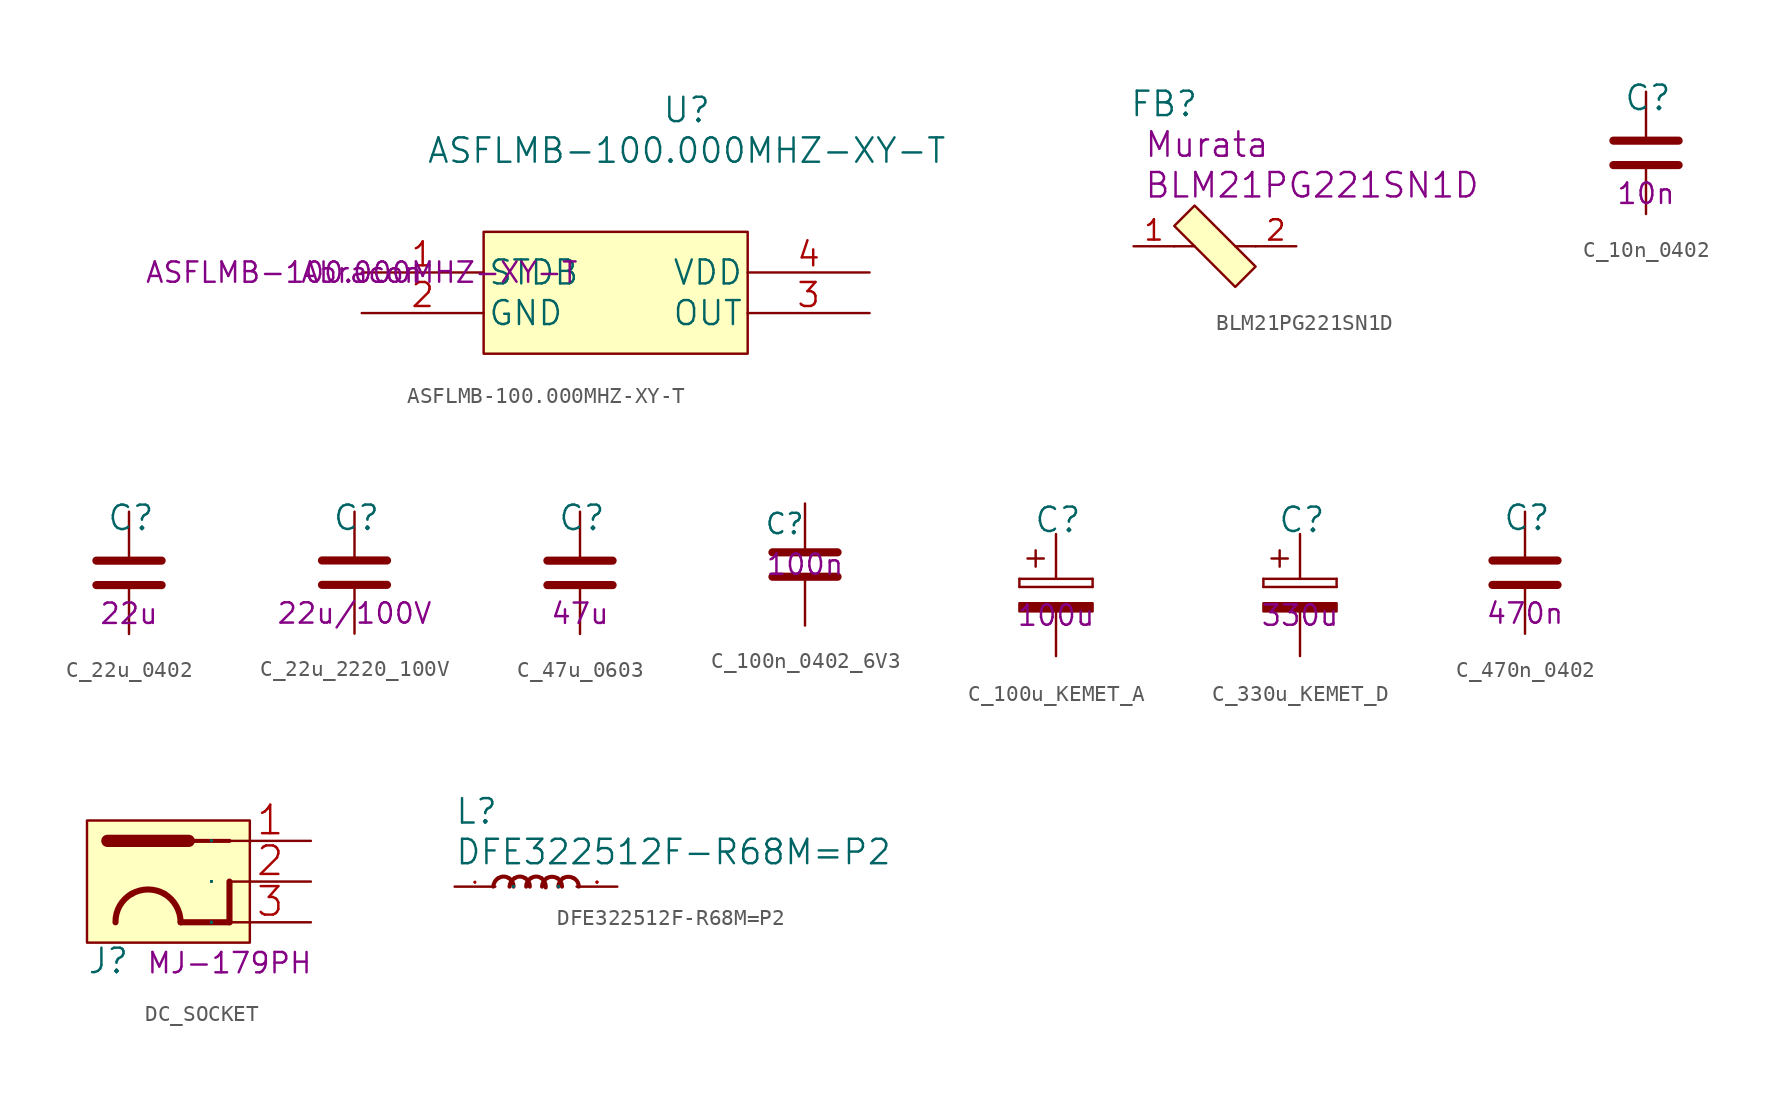
<source format=kicad_sym>
(kicad_symbol_lib
  (version 20211014)
  (generator kicad_symbol_editor)
  (symbol "ASFLMB-100.000MHZ-XY-T"
    (pin_names
      (offset 0.254))
    (property "Reference" "U"
      (at 20.32 10.16 0)
      (effects (font (size 1.524 1.524))))
    (property "Value" "ASFLMB-100.000MHZ-XY-T"
      (at 20.32 7.62 0)
      (effects (font (size 1.524 1.524))))
    (property "Datasheet" ""
      (at 0 0 0)
      (effects (font (size 1.524 1.524))))
    (property "Manufacturer" "Abracon"
      (at 0 0 0)
      (effects (font (size 1.27 1.27))))
    (property "MPN" "ASFLMB-100.000MHZ-XY-T"
      (at 0 0 0)
      (effects (font (size 1.27 1.27))))
    (symbol "ASFLMB-100.000MHZ-XY-T_1_1"
      (rectangle (start 7.62 2.54) (end 24.13 -5.08) (stroke (width 0) (type default) (color 0 0 0 0)) (fill (type background)))
      (pin unspecified line (at 0 0 0) (length 7.62) (name "STDB" (effects (font (size 1.499 1.499)))) (number "1" (effects (font (size 1.499 1.499)))))
      (pin unspecified line (at 0 -2.54 0) (length 7.62) (name "GND" (effects (font (size 1.499 1.499)))) (number "2" (effects (font (size 1.499 1.499)))))
      (pin unspecified line (at 31.75 -2.54 180) (length 7.62) (name "OUT" (effects (font (size 1.499 1.499)))) (number "3" (effects (font (size 1.499 1.499)))))
      (pin unspecified line (at 31.75 0 180) (length 7.62) (name "VDD" (effects (font (size 1.499 1.499)))) (number "4" (effects (font (size 1.499 1.499)))))))
  (symbol "BLM21PG221SN1D"
    (pin_names
      (offset 1.016))
    (property "Reference" "FB"
      (at -3.175 8.89 0)
      (effects (font (size 1.524 1.524))))
    (property "MPN" "BLM21PG221SN1D"
      (at -4.445 3.81 0)
      (effects (font (size 1.524 1.524)) (justify left)))
    (property "Manufacturer" "Murata"
      (at -4.445 6.35 0)
      (effects (font (size 1.524 1.524)) (justify left)))
    (symbol "BLM21PG221SN1D_0_1"
      (polyline (pts (xy -1.27 0) (xy -2.54 0)) (stroke (width 0) (type default) (color 0 0 0 0)) (fill (type none)))
      (polyline (pts (xy 1.27 0) (xy 2.54 0)) (stroke (width 0) (type default) (color 0 0 0 0)) (fill (type none)))
      (polyline (pts (xy -1.27 2.54) (xy -2.54 1.27) (xy 1.27 -2.54) (xy 2.54 -1.27) (xy -1.27 2.54)) (stroke (width 0) (type default) (color 0 0 0 0)) (fill (type background))))
    (symbol "BLM21PG221SN1D_1_1"
      (pin passive line (at -5.08 0 0) (length 2.54) (name "~" (effects (font (size 1.27 1.27)))) (number "1" (effects (font (size 1.27 1.27)))))
      (pin passive line (at 5.08 0 180) (length 2.54) (name "~" (effects (font (size 1.27 1.27)))) (number "2" (effects (font (size 1.27 1.27)))))))
  (symbol "C_10n_0402"
    (pin_names
      (offset 0))
    (property "Reference" "C"
      (at -1.397 3.429 0)
      (effects (font (size 1.524 1.524)) (justify left)))
    (property "Val" "10n"
      (at 0 -2.54 0)
      (effects (font (size 1.27 1.27))))
    (symbol "C_10n_0402_1_1"
      (polyline (pts (xy -2.032 -0.762) (xy 2.032 -0.762)) (stroke (width 0.508) (type default) (color 0 0 0 0)) (fill (type none)))
      (polyline (pts (xy -2.032 0.762) (xy 2.032 0.762)) (stroke (width 0.508) (type default) (color 0 0 0 0)) (fill (type none)))
      (pin passive line (at 0 3.81 270) (length 2.794) (name "~" (effects (font (size 0 0)))) (number "1" (effects (font (size 0 0)))))
      (pin passive line (at 0 -3.81 90) (length 2.794) (name "~" (effects (font (size 0 0)))) (number "2" (effects (font (size 0 0)))))))
  (symbol "C_22u_0402"
    (pin_names
      (offset 0))
    (property "Reference" "C"
      (at -1.397 3.429 0)
      (effects (font (size 1.524 1.524)) (justify left)))
    (property "Val" "22u"
      (at 0 -2.54 0)
      (effects (font (size 1.27 1.27))))
    (symbol "C_22u_0402_1_1"
      (polyline (pts (xy -2.032 -0.762) (xy 2.032 -0.762)) (stroke (width 0.508) (type default) (color 0 0 0 0)) (fill (type none)))
      (polyline (pts (xy -2.032 0.762) (xy 2.032 0.762)) (stroke (width 0.508) (type default) (color 0 0 0 0)) (fill (type none)))
      (pin passive line (at 0 3.81 270) (length 2.794) (name "~" (effects (font (size 0 0)))) (number "1" (effects (font (size 0 0)))))
      (pin passive line (at 0 -3.81 90) (length 2.794) (name "~" (effects (font (size 0 0)))) (number "2" (effects (font (size 0 0)))))))
  (symbol "C_22u_2220_100V"
    (pin_names
      (offset 0))
    (property "Reference" "C"
      (at -1.397 3.429 0)
      (effects (font (size 1.524 1.524)) (justify left)))
    (property "Val" "22u/100V"
      (at 0 -2.54 0)
      (effects (font (size 1.27 1.27))))
    (symbol "C_22u_2220_100V_1_1"
      (polyline (pts (xy -2.032 -0.762) (xy 2.032 -0.762)) (stroke (width 0.508) (type default) (color 0 0 0 0)) (fill (type none)))
      (polyline (pts (xy -2.032 0.762) (xy 2.032 0.762)) (stroke (width 0.508) (type default) (color 0 0 0 0)) (fill (type none)))
      (pin passive line (at 0 3.81 270) (length 2.794) (name "~" (effects (font (size 0 0)))) (number "1" (effects (font (size 0 0)))))
      (pin passive line (at 0 -3.81 90) (length 2.794) (name "~" (effects (font (size 0 0)))) (number "2" (effects (font (size 0 0)))))))
  (symbol "C_47u_0603"
    (pin_names
      (offset 0))
    (property "Reference" "C"
      (at -1.397 3.429 0)
      (effects (font (size 1.524 1.524)) (justify left)))
    (property "Val" "47u"
      (at 0 -2.54 0)
      (effects (font (size 1.27 1.27))))
    (symbol "C_47u_0603_1_1"
      (polyline (pts (xy -2.032 -0.762) (xy 2.032 -0.762)) (stroke (width 0.508) (type default) (color 0 0 0 0)) (fill (type none)))
      (polyline (pts (xy -2.032 0.762) (xy 2.032 0.762)) (stroke (width 0.508) (type default) (color 0 0 0 0)) (fill (type none)))
      (pin passive line (at 0 3.81 270) (length 2.794) (name "~" (effects (font (size 0 0)))) (number "1" (effects (font (size 0 0)))))
      (pin passive line (at 0 -3.81 90) (length 2.794) (name "~" (effects (font (size 0 0)))) (number "2" (effects (font (size 0 0)))))))
  (symbol "C_100n_0402_6V3"
    (pin_names
      (offset 1.016))
    (property "Reference" "C"
      (at -1.27 2.54 0)
      (effects (font (size 1.27 1.27))))
    (property "Val" "100n"
      (at 0 0 0)
      (effects (font (size 1.27 1.27))))
    (symbol "C_100n_0402_6V3_1_1"
      (polyline (pts (xy -2.032 -0.762) (xy 2.032 -0.762)) (stroke (width 0.508) (type default) (color 0 0 0 0)) (fill (type none)))
      (polyline (pts (xy -2.032 0.762) (xy 2.032 0.762)) (stroke (width 0.508) (type default) (color 0 0 0 0)) (fill (type none)))
      (pin passive line (at 0 3.81 270) (length 2.794) (name "~" (effects (font (size 0 0)))) (number "1" (effects (font (size 0 0)))))
      (pin passive line (at 0 -3.81 90) (length 2.794) (name "~" (effects (font (size 0 0)))) (number "2" (effects (font (size 0 0)))))))
  (symbol "C_100u_KEMET_A"
    (pin_names
      (offset 0))
    (property "Reference" "C"
      (at -1.397 3.429 0)
      (effects (font (size 1.524 1.524)) (justify left)))
    (property "Val" "100u"
      (at 0 -2.54 0)
      (effects (font (size 1.27 1.27))))
    (symbol "C_100u_KEMET_A_1_1"
      (rectangle (start -2.286 -0.762) (end -2.286 -0.254) (stroke (width 0) (type default) (color 0 0 0 0)) (fill (type none)))
      (rectangle (start -2.286 -0.762) (end 2.286 -0.762) (stroke (width 0) (type default) (color 0 0 0 0)) (fill (type none)))
      (polyline (pts (xy -1.778 1.016) (xy -0.762 1.016)) (stroke (width 0) (type default) (color 0 0 0 0)) (fill (type none)))
      (polyline (pts (xy -1.27 1.524) (xy -1.27 0.508)) (stroke (width 0) (type default) (color 0 0 0 0)) (fill (type none)))
      (rectangle (start 2.286 -1.778) (end -2.286 -2.286) (stroke (width 0) (type default) (color 0 0 0 0)) (fill (type outline)))
      (rectangle (start 2.286 -0.254) (end -2.286 -0.254) (stroke (width 0) (type default) (color 0 0 0 0)) (fill (type none)))
      (rectangle (start 2.286 -0.254) (end 2.286 -0.762) (stroke (width 0) (type default) (color 0 0 0 0)) (fill (type none)))
      (pin passive line (at 0 2.54 270) (length 2.794) (name "~" (effects (font (size 0 0)))) (number "1" (effects (font (size 0 0)))))
      (pin passive line (at 0 -5.08 90) (length 2.794) (name "~" (effects (font (size 0 0)))) (number "2" (effects (font (size 0 0)))))))
  (symbol "C_330u_KEMET_D"
    (pin_names
      (offset 0))
    (property "Reference" "C"
      (at -1.397 3.429 0)
      (effects (font (size 1.524 1.524)) (justify left)))
    (property "Val" "330u"
      (at 0 -2.54 0)
      (effects (font (size 1.27 1.27))))
    (symbol "C_330u_KEMET_D_1_1"
      (rectangle (start -2.286 -0.762) (end -2.286 -0.254) (stroke (width 0) (type default) (color 0 0 0 0)) (fill (type none)))
      (rectangle (start -2.286 -0.762) (end 2.286 -0.762) (stroke (width 0) (type default) (color 0 0 0 0)) (fill (type none)))
      (polyline (pts (xy -1.778 1.016) (xy -0.762 1.016)) (stroke (width 0) (type default) (color 0 0 0 0)) (fill (type none)))
      (polyline (pts (xy -1.27 1.524) (xy -1.27 0.508)) (stroke (width 0) (type default) (color 0 0 0 0)) (fill (type none)))
      (rectangle (start 2.286 -1.778) (end -2.286 -2.286) (stroke (width 0) (type default) (color 0 0 0 0)) (fill (type outline)))
      (rectangle (start 2.286 -0.254) (end -2.286 -0.254) (stroke (width 0) (type default) (color 0 0 0 0)) (fill (type none)))
      (rectangle (start 2.286 -0.254) (end 2.286 -0.762) (stroke (width 0) (type default) (color 0 0 0 0)) (fill (type none)))
      (pin passive line (at 0 2.54 270) (length 2.794) (name "~" (effects (font (size 0 0)))) (number "1" (effects (font (size 0 0)))))
      (pin passive line (at 0 -5.08 90) (length 2.794) (name "~" (effects (font (size 0 0)))) (number "2" (effects (font (size 0 0)))))))
  (symbol "C_470n_0402"
    (pin_names
      (offset 0))
    (property "Reference" "C"
      (at -1.397 3.429 0)
      (effects (font (size 1.524 1.524)) (justify left)))
    (property "Val" "470n"
      (at 0 -2.54 0)
      (effects (font (size 1.27 1.27))))
    (symbol "C_470n_0402_1_1"
      (polyline (pts (xy -2.032 -0.762) (xy 2.032 -0.762)) (stroke (width 0.508) (type default) (color 0 0 0 0)) (fill (type none)))
      (polyline (pts (xy -2.032 0.762) (xy 2.032 0.762)) (stroke (width 0.508) (type default) (color 0 0 0 0)) (fill (type none)))
      (pin passive line (at 0 3.81 270) (length 2.794) (name "~" (effects (font (size 0 0)))) (number "1" (effects (font (size 0 0)))))
      (pin passive line (at 0 -3.81 90) (length 2.794) (name "~" (effects (font (size 0 0)))) (number "2" (effects (font (size 0 0)))))))
  (symbol "DC_SOCKET"
    (pin_names
      (offset 1.016))
    (property "Reference" "J"
      (at -8.89 -5.842 0)
      (effects (font (size 1.524 1.524)) (justify left bottom)))
    (property "MPN" "MJ-179PH"
      (at 0 -5.08 0)
      (effects (font (size 1.27 1.27))))
    (symbol "DC_SOCKET_0_1"
      (rectangle (start -8.89 3.81) (end 1.27 -3.81) (stroke (width 0) (type default) (color 0 0 0 0)) (fill (type background)))
      (polyline (pts (xy -7.62 2.54) (xy -2.54 2.54)) (stroke (width 0.762) (type default) (color 0 0 0 0)) (fill (type none)))
      (polyline (pts (xy 0 -2.54) (xy -3.048 -2.54)) (stroke (width 0.381) (type default) (color 0 0 0 0)) (fill (type none)))
      (polyline (pts (xy 0 0) (xy 0 -2.54)) (stroke (width 0.381) (type default) (color 0 0 0 0)) (fill (type none)))
      (polyline (pts (xy 0 2.54) (xy -5.08 2.54)) (stroke (width 0.254) (type default) (color 0 0 0 0)) (fill (type none)))
      (pin passive line (at 5.08 2.54 180) (length 5.08) (name "1" (effects (font (size 0.025 0.025)))) (number "1" (effects (font (size 1.778 1.778)))))
      (pin passive line (at 5.08 0 180) (length 5.08) (name "2" (effects (font (size 0.025 0.025)))) (number "2" (effects (font (size 1.778 1.778)))))
      (pin passive line (at 5.08 -2.54 180) (length 5.08) (name "3" (effects (font (size 0.025 0.025)))) (number "3" (effects (font (size 1.778 1.778))))))
    (symbol "DC_SOCKET_1_1"
      (arc (start -6.096 -0.762) (mid -6.8512 -1.5121) (end -7.112 -2.54) (stroke (width 0.381) (type default) (color 0 0 0 0)) (fill (type none)))
      (arc (start -4.064 -0.762) (mid -5.08 -0.4922) (end -6.096 -0.762) (stroke (width 0.381) (type default) (color 0 0 0 0)) (fill (type none)))
      (arc (start -3.048 -2.54) (mid -3.3225 -1.5201) (end -4.064 -0.762) (stroke (width 0.381) (type default) (color 0 0 0 0)) (fill (type none)))))
  (symbol "DFE322512F-R68M=P2"
    (pin_names
      (offset 1.016))
    (property "Reference" "L"
      (at -5.08 3.81 0)
      (effects (font (size 1.524 1.524)) (justify left bottom)))
    (property "Value" "DFE322512F-R68M=P2"
      (at -5.08 1.27 0)
      (effects (font (size 1.524 1.524)) (justify left bottom)))
    (symbol "DFE322512F-R68M=P2_0_1"
      (pin passive line (at -5.08 0 0) (length 2.54) (name "P" (effects (font (size 0.025 0.025)))) (number "1" (effects (font (size 0.025 0.025)))))
      (pin passive line (at 5.08 0 180) (length 2.54) (name "P" (effects (font (size 0.025 0.025)))) (number "2" (effects (font (size 0.025 0.025))))))
    (symbol "DFE322512F-R68M=P2_1_1"
      (arc (start -2.3368 0.5334) (mid -2.5634 0.3084) (end -2.667 0) (stroke (width 0.254) (type default) (color 0 0 0 0)) (fill (type none)))
      (arc (start -1.7018 0.5334) (mid -2.021 0.6272) (end -2.3368 0.5334) (stroke (width 0.254) (type default) (color 0 0 0 0)) (fill (type none)))
      (arc (start -1.397 0) (mid -1.4773 0.309) (end -1.7018 0.5334) (stroke (width 0.254) (type default) (color 0 0 0 0)) (fill (type none)))
      (arc (start -1.3208 0.5334) (mid -1.5474 0.3084) (end -1.651 0) (stroke (width 0.254) (type default) (color 0 0 0 0)) (fill (type none)))
      (arc (start -0.6858 0.5334) (mid -1.005 0.6272) (end -1.3208 0.5334) (stroke (width 0.254) (type default) (color 0 0 0 0)) (fill (type none)))
      (arc (start -0.381 0) (mid -0.4613 0.309) (end -0.6858 0.5334) (stroke (width 0.254) (type default) (color 0 0 0 0)) (fill (type none)))
      (arc (start -0.3048 0.5334) (mid -0.5314 0.3084) (end -0.6096 0) (stroke (width 0.254) (type default) (color 0 0 0 0)) (fill (type none)))
      (arc (start 0.3302 0.5334) (mid 0.011 0.6272) (end -0.3048 0.5334) (stroke (width 0.254) (type default) (color 0 0 0 0)) (fill (type none)))
      (arc (start 0.6096 -0.0508) (mid 0.5463 0.2752) (end 0.3302 0.5334) (stroke (width 0.254) (type default) (color 0 0 0 0)) (fill (type none)))
      (arc (start 0.6858 0.5334) (mid 0.468 0.3053) (end 0.381 0) (stroke (width 0.254) (type default) (color 0 0 0 0)) (fill (type none)))
      (arc (start 1.3208 0.5334) (mid 1.0052 0.6142) (end 0.6858 0.5334) (stroke (width 0.254) (type default) (color 0 0 0 0)) (fill (type none)))
      (arc (start 1.6256 0) (mid 1.5432 0.306) (end 1.3208 0.5334) (stroke (width 0.254) (type default) (color 0 0 0 0)) (fill (type none)))
      (arc (start 1.7018 0.5334) (mid 1.484 0.3053) (end 1.397 0) (stroke (width 0.254) (type default) (color 0 0 0 0)) (fill (type none)))
      (arc (start 2.3368 0.5334) (mid 2.0212 0.6142) (end 1.7018 0.5334) (stroke (width 0.254) (type default) (color 0 0 0 0)) (fill (type none)))
      (arc (start 2.667 0) (mid 2.5812 0.3187) (end 2.3368 0.5334) (stroke (width 0.254) (type default) (color 0 0 0 0)) (fill (type none))))))
</source>
